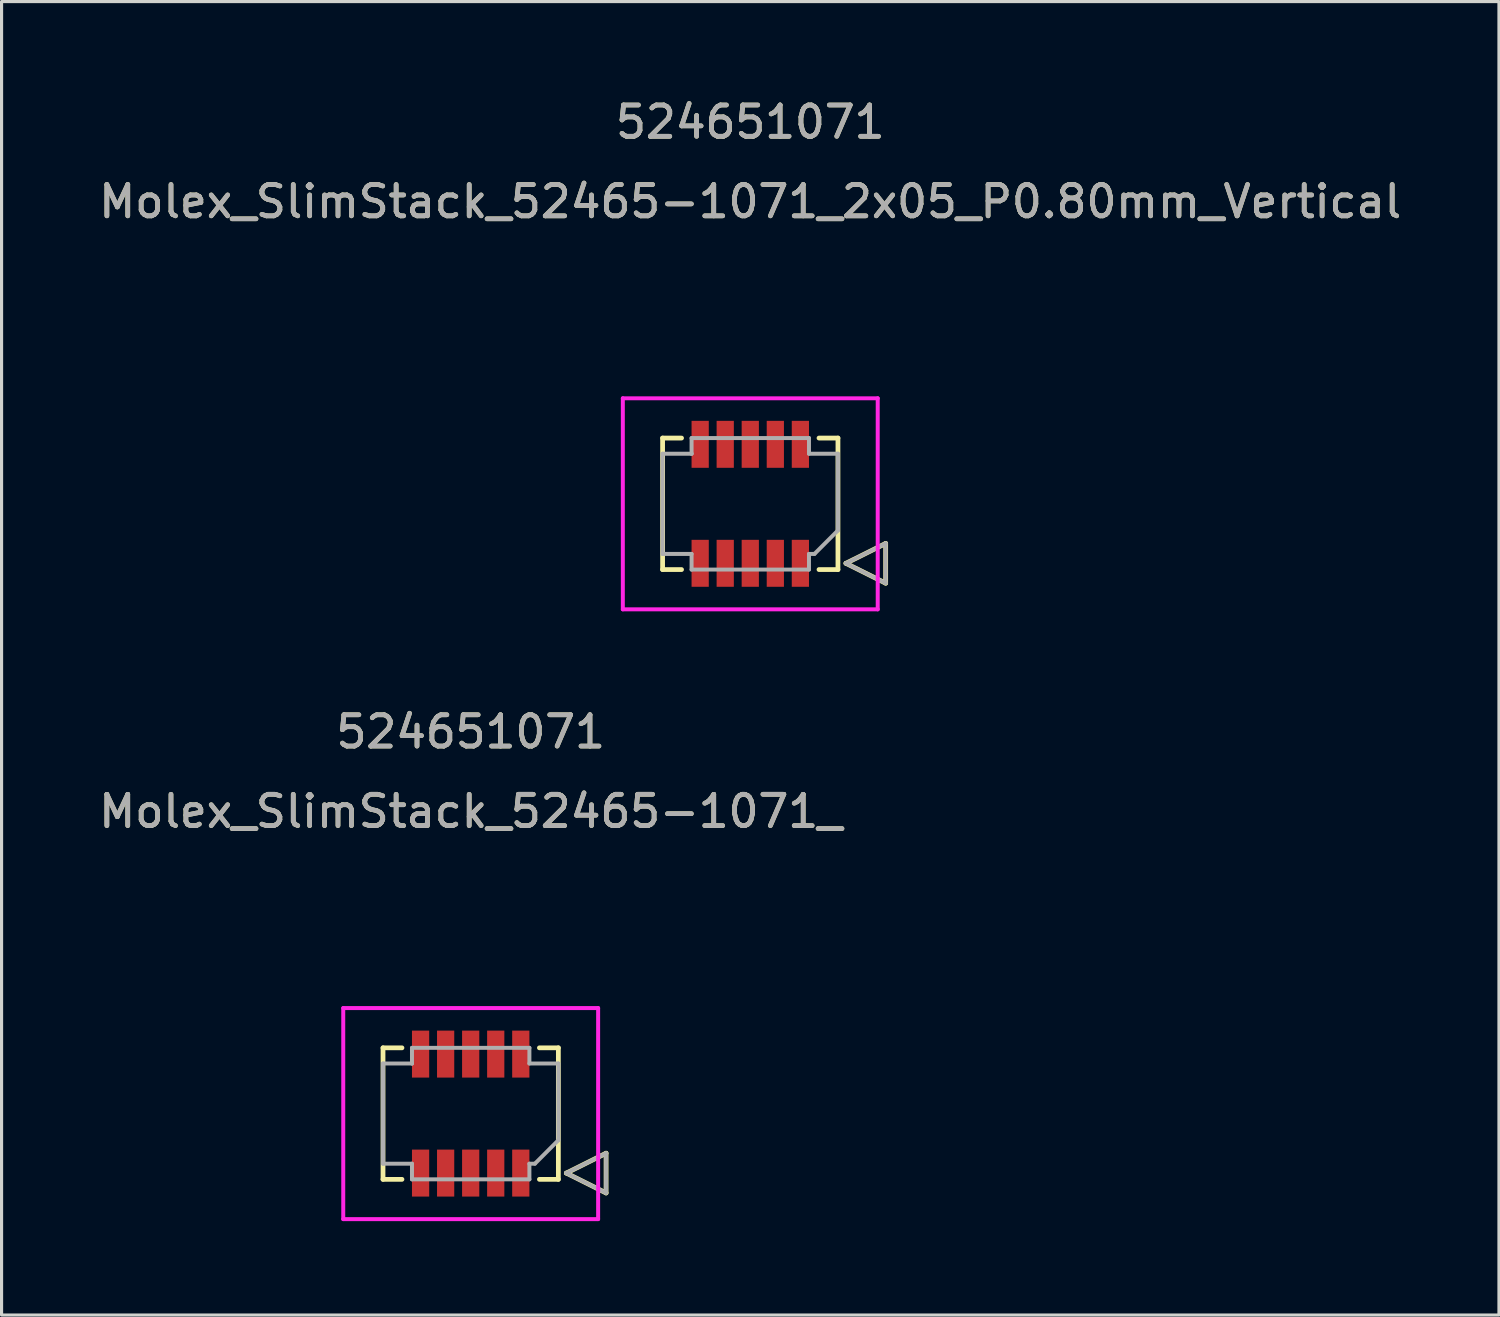
<source format=kicad_pcb>
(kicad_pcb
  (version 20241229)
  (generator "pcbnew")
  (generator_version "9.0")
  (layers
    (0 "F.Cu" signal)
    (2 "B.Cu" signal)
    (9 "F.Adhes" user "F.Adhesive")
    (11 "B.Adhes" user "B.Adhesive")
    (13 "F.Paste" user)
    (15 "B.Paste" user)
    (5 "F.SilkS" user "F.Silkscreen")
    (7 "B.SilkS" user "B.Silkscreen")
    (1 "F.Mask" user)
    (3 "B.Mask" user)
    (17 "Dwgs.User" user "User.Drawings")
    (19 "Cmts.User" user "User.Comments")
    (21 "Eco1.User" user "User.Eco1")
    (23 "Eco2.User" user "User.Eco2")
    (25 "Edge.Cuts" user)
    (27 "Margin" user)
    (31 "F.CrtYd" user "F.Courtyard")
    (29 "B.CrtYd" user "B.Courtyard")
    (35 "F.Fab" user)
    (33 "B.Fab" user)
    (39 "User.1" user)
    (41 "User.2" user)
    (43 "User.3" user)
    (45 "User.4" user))
  (footprint "Molex_SlimStack_52465-1071_2x05_P0.80mm_Vertical"
    (layer "F.Cu")
    (at 20.911 13.04)
    (property "Reference" "Molex_SlimStack_52465-1071_2x05_P0.80mm_Vertical" (at 0 -9.652 0) (unlocked yes) (layer "F.SilkS") (effects (font (size 1 1) (thickness 0.15))))
    (attr smd)
    (fp_line (start -2.8 -2.1) (end -2.195 -2.1) (stroke (width 0.152) (type solid)) (layer "F.SilkS"))
    (fp_line (start -2.8 2.1) (end -2.8 -2.1) (stroke (width 0.152) (type solid)) (layer "F.SilkS"))
    (fp_line (start -2.195 2.1) (end -2.8 2.1) (stroke (width 0.152) (type solid)) (layer "F.SilkS"))
    (fp_line (start 2.195 -2.1) (end 2.8 -2.1) (stroke (width 0.152) (type solid)) (layer "F.SilkS"))
    (fp_line (start 2.8 -2.1) (end 2.8 2.1) (stroke (width 0.152) (type solid)) (layer "F.SilkS"))
    (fp_line (start 2.8 2.1) (end 2.195 2.1) (stroke (width 0.152) (type solid)) (layer "F.SilkS"))
    (fp_line (start 3.054 1.9) (end 4.324 1.265) (stroke (width 0.152) (type solid)) (layer "F.SilkS"))
    (fp_line (start 4.324 1.265) (end 4.324 2.535) (stroke (width 0.152) (type solid)) (layer "F.SilkS"))
    (fp_line (start 4.324 2.535) (end 3.054 1.9) (stroke (width 0.152) (type solid)) (layer "F.SilkS"))
    (fp_line (start -4.07 -3.37) (end -4.07 3.37) (stroke (width 0.127) (type solid)) (layer "F.CrtYd"))
    (fp_line (start -4.07 3.37) (end 4.07 3.37) (stroke (width 0.127) (type solid)) (layer "F.CrtYd"))
    (fp_line (start 4.07 -3.37) (end -4.07 -3.37) (stroke (width 0.127) (type solid)) (layer "F.CrtYd"))
    (fp_line (start 4.07 3.37) (end 4.07 -3.37) (stroke (width 0.127) (type solid)) (layer "F.CrtYd"))
    (fp_line (start -2.8 -1.6) (end -1.875 -1.6) (stroke (width 0.127) (type solid)) (layer "F.Fab"))
    (fp_line (start -2.8 1.6) (end -2.8 -1.6) (stroke (width 0.127) (type solid)) (layer "F.Fab"))
    (fp_line (start -1.875 -2.1) (end 1.875 -2.1) (stroke (width 0.127) (type solid)) (layer "F.Fab"))
    (fp_line (start -1.875 -1.6) (end -1.875 -2.1) (stroke (width 0.127) (type solid)) (layer "F.Fab"))
    (fp_line (start -1.875 -1.6) (end -1.875 -1.6) (stroke (width 0.127) (type solid)) (layer "F.Fab"))
    (fp_line (start -1.875 1.6) (end -2.8 1.6) (stroke (width 0.127) (type solid)) (layer "F.Fab"))
    (fp_line (start -1.875 2.1) (end -1.875 1.6) (stroke (width 0.127) (type solid)) (layer "F.Fab"))
    (fp_line (start 1.875 1.6) (end 1.875 2.1) (stroke (width 0.127) (type solid)) (layer "F.Fab"))
    (fp_line (start 1.875 2.1) (end -1.875 2.1) (stroke (width 0.127) (type solid)) (layer "F.Fab"))
    (fp_line (start 1.875 -2.1) (end 1.875 -1.6) (stroke (width 0.127) (type solid)) (layer "F.Fab"))
    (fp_line (start 1.875 -1.6) (end 2.8 -1.6) (stroke (width 0.127) (type solid)) (layer "F.Fab"))
    (fp_line (start 2.05 1.6) (end 1.875 1.6) (stroke (width 0.127) (type solid)) (layer "F.Fab"))
    (fp_line (start 2.8 -1.6) (end 2.8 0.85) (stroke (width 0.127) (type solid)) (layer "F.Fab"))
    (fp_line (start 2.8 0.85) (end 2.05 1.6) (stroke (width 0.127) (type solid)) (layer "F.Fab"))
    (fp_line (start 3.054 1.9) (end 4.324 1.265) (stroke (width 0.127) (type solid)) (layer "F.Fab"))
    (fp_line (start 4.324 1.265) (end 4.324 2.535) (stroke (width 0.127) (type solid)) (layer "F.Fab"))
    (fp_line (start 4.324 2.535) (end 3.054 1.9) (stroke (width 0.127) (type solid)) (layer "F.Fab"))
    (fp_text user "524651071" (at 0 -12.192 0) (unlocked yes) (layer "F.SilkS") (effects (font (size 1 1) (thickness 0.15))))
    (fp_text user "${REFERENCE}" (at 0 -9.652 0) (unlocked yes) (layer "F.Fab") (effects (font (size 1 1) (thickness 0.15))))
    (fp_text user "524651071" (at 0 -12.192 0) (unlocked yes) (layer "F.Fab") (effects (font (size 1 1) (thickness 0.15))))
    (pad "1" smd rect (at 1.6 1.9) (size 0.55 1.5) (layers "F.Cu" "F.Mask" "F.Paste"))
    (pad "2" smd rect (at 0.8 1.9) (size 0.55 1.5) (layers "F.Cu" "F.Mask" "F.Paste"))
    (pad "3" smd rect (at 0 1.9) (size 0.55 1.5) (layers "F.Cu" "F.Mask" "F.Paste"))
    (pad "4" smd rect (at -0.8 1.9) (size 0.55 1.5) (layers "F.Cu" "F.Mask" "F.Paste"))
    (pad "5" smd rect (at -1.6 1.9) (size 0.55 1.5) (layers "F.Cu" "F.Mask" "F.Paste"))
    (pad "6" smd rect (at 1.6 -1.9) (size 0.55 1.5) (layers "F.Cu" "F.Mask" "F.Paste"))
    (pad "7" smd rect (at 0.8 -1.9) (size 0.55 1.5) (layers "F.Cu" "F.Mask" "F.Paste"))
    (pad "8" smd rect (at 0 -1.9) (size 0.55 1.5) (layers "F.Cu" "F.Mask" "F.Paste"))
    (pad "9" smd rect (at -0.8 -1.9) (size 0.55 1.5) (layers "F.Cu" "F.Mask" "F.Paste"))
    (pad "10" smd rect (at -1.6 -1.9) (size 0.55 1.5) (layers "F.Cu" "F.Mask" "F.Paste")))
  (footprint "Molex_SlimStack_52465-1071_"
    (layer "F.Cu")
    (at 11.982 32.514)
    (property "Reference" "Molex_SlimStack_52465-1071_" (at 0 -9.652 0) (unlocked yes) (layer "F.SilkS") (effects (font (size 1 1) (thickness 0.15))))
    (attr smd)
    (fp_line (start -2.8 -2.1) (end -2.195 -2.1) (stroke (width 0.152) (type solid)) (layer "F.SilkS"))
    (fp_line (start -2.8 2.1) (end -2.8 -2.1) (stroke (width 0.152) (type solid)) (layer "F.SilkS"))
    (fp_line (start -2.195 2.1) (end -2.8 2.1) (stroke (width 0.152) (type solid)) (layer "F.SilkS"))
    (fp_line (start 2.195 -2.1) (end 2.8 -2.1) (stroke (width 0.152) (type solid)) (layer "F.SilkS"))
    (fp_line (start 2.8 -2.1) (end 2.8 2.1) (stroke (width 0.152) (type solid)) (layer "F.SilkS"))
    (fp_line (start 2.8 2.1) (end 2.195 2.1) (stroke (width 0.152) (type solid)) (layer "F.SilkS"))
    (fp_line (start 3.054 1.9) (end 4.324 1.265) (stroke (width 0.152) (type solid)) (layer "F.SilkS"))
    (fp_line (start 4.324 1.265) (end 4.324 2.535) (stroke (width 0.152) (type solid)) (layer "F.SilkS"))
    (fp_line (start 4.324 2.535) (end 3.054 1.9) (stroke (width 0.152) (type solid)) (layer "F.SilkS"))
    (fp_line (start -4.07 -3.37) (end -4.07 3.37) (stroke (width 0.127) (type solid)) (layer "F.CrtYd"))
    (fp_line (start -4.07 3.37) (end 4.07 3.37) (stroke (width 0.127) (type solid)) (layer "F.CrtYd"))
    (fp_line (start 4.07 -3.37) (end -4.07 -3.37) (stroke (width 0.127) (type solid)) (layer "F.CrtYd"))
    (fp_line (start 4.07 3.37) (end 4.07 -3.37) (stroke (width 0.127) (type solid)) (layer "F.CrtYd"))
    (fp_line (start -2.8 -1.6) (end -1.875 -1.6) (stroke (width 0.127) (type solid)) (layer "F.Fab"))
    (fp_line (start -2.8 1.6) (end -2.8 -1.6) (stroke (width 0.127) (type solid)) (layer "F.Fab"))
    (fp_line (start -1.875 -2.1) (end 1.875 -2.1) (stroke (width 0.127) (type solid)) (layer "F.Fab"))
    (fp_line (start -1.875 -1.6) (end -1.875 -2.1) (stroke (width 0.127) (type solid)) (layer "F.Fab"))
    (fp_line (start -1.875 -1.6) (end -1.875 -1.6) (stroke (width 0.127) (type solid)) (layer "F.Fab"))
    (fp_line (start -1.875 1.6) (end -2.8 1.6) (stroke (width 0.127) (type solid)) (layer "F.Fab"))
    (fp_line (start -1.875 2.1) (end -1.875 1.6) (stroke (width 0.127) (type solid)) (layer "F.Fab"))
    (fp_line (start 1.875 1.6) (end 1.875 2.1) (stroke (width 0.127) (type solid)) (layer "F.Fab"))
    (fp_line (start 1.875 2.1) (end -1.875 2.1) (stroke (width 0.127) (type solid)) (layer "F.Fab"))
    (fp_line (start 1.875 -2.1) (end 1.875 -1.6) (stroke (width 0.127) (type solid)) (layer "F.Fab"))
    (fp_line (start 1.875 -1.6) (end 2.8 -1.6) (stroke (width 0.127) (type solid)) (layer "F.Fab"))
    (fp_line (start 2.05 1.6) (end 1.875 1.6) (stroke (width 0.127) (type solid)) (layer "F.Fab"))
    (fp_line (start 2.8 -1.6) (end 2.8 0.85) (stroke (width 0.127) (type solid)) (layer "F.Fab"))
    (fp_line (start 2.8 0.85) (end 2.05 1.6) (stroke (width 0.127) (type solid)) (layer "F.Fab"))
    (fp_line (start 3.054 1.9) (end 4.324 1.265) (stroke (width 0.127) (type solid)) (layer "F.Fab"))
    (fp_line (start 4.324 1.265) (end 4.324 2.535) (stroke (width 0.127) (type solid)) (layer "F.Fab"))
    (fp_line (start 4.324 2.535) (end 3.054 1.9) (stroke (width 0.127) (type solid)) (layer "F.Fab"))
    (fp_text user "524651071" (at 0 -12.192 0) (unlocked yes) (layer "F.SilkS") (effects (font (size 1 1) (thickness 0.15))))
    (fp_text user "${REFERENCE}" (at 0 -9.652 0) (unlocked yes) (layer "F.Fab") (effects (font (size 1 1) (thickness 0.15))))
    (fp_text user "524651071" (at 0 -12.192 0) (unlocked yes) (layer "F.Fab") (effects (font (size 1 1) (thickness 0.15))))
    (pad "1" smd rect (at 1.6 1.9) (size 0.55 1.5) (layers "F.Cu" "F.Mask" "F.Paste"))
    (pad "2" smd rect (at 0.8 1.9) (size 0.55 1.5) (layers "F.Cu" "F.Mask" "F.Paste"))
    (pad "3" smd rect (at 0 1.9) (size 0.55 1.5) (layers "F.Cu" "F.Mask" "F.Paste"))
    (pad "4" smd rect (at -0.8 1.9) (size 0.55 1.5) (layers "F.Cu" "F.Mask" "F.Paste"))
    (pad "5" smd rect (at -1.6 1.9) (size 0.55 1.5) (layers "F.Cu" "F.Mask" "F.Paste"))
    (pad "6" smd rect (at 1.6 -1.9) (size 0.55 1.5) (layers "F.Cu" "F.Mask" "F.Paste"))
    (pad "7" smd rect (at 0.8 -1.9) (size 0.55 1.5) (layers "F.Cu" "F.Mask" "F.Paste"))
    (pad "8" smd rect (at 0 -1.9) (size 0.55 1.5) (layers "F.Cu" "F.Mask" "F.Paste"))
    (pad "9" smd rect (at -0.8 -1.9) (size 0.55 1.5) (layers "F.Cu" "F.Mask" "F.Paste"))
    (pad "10" smd rect (at -1.6 -1.9) (size 0.55 1.5) (layers "F.Cu" "F.Mask" "F.Paste")))
  (gr_rect
    (start -3 -3)
    (end 44.821 38.947)
    (stroke (width 0.1) (type default))
    (fill no)
    (layer "Edge.Cuts")))
</source>
